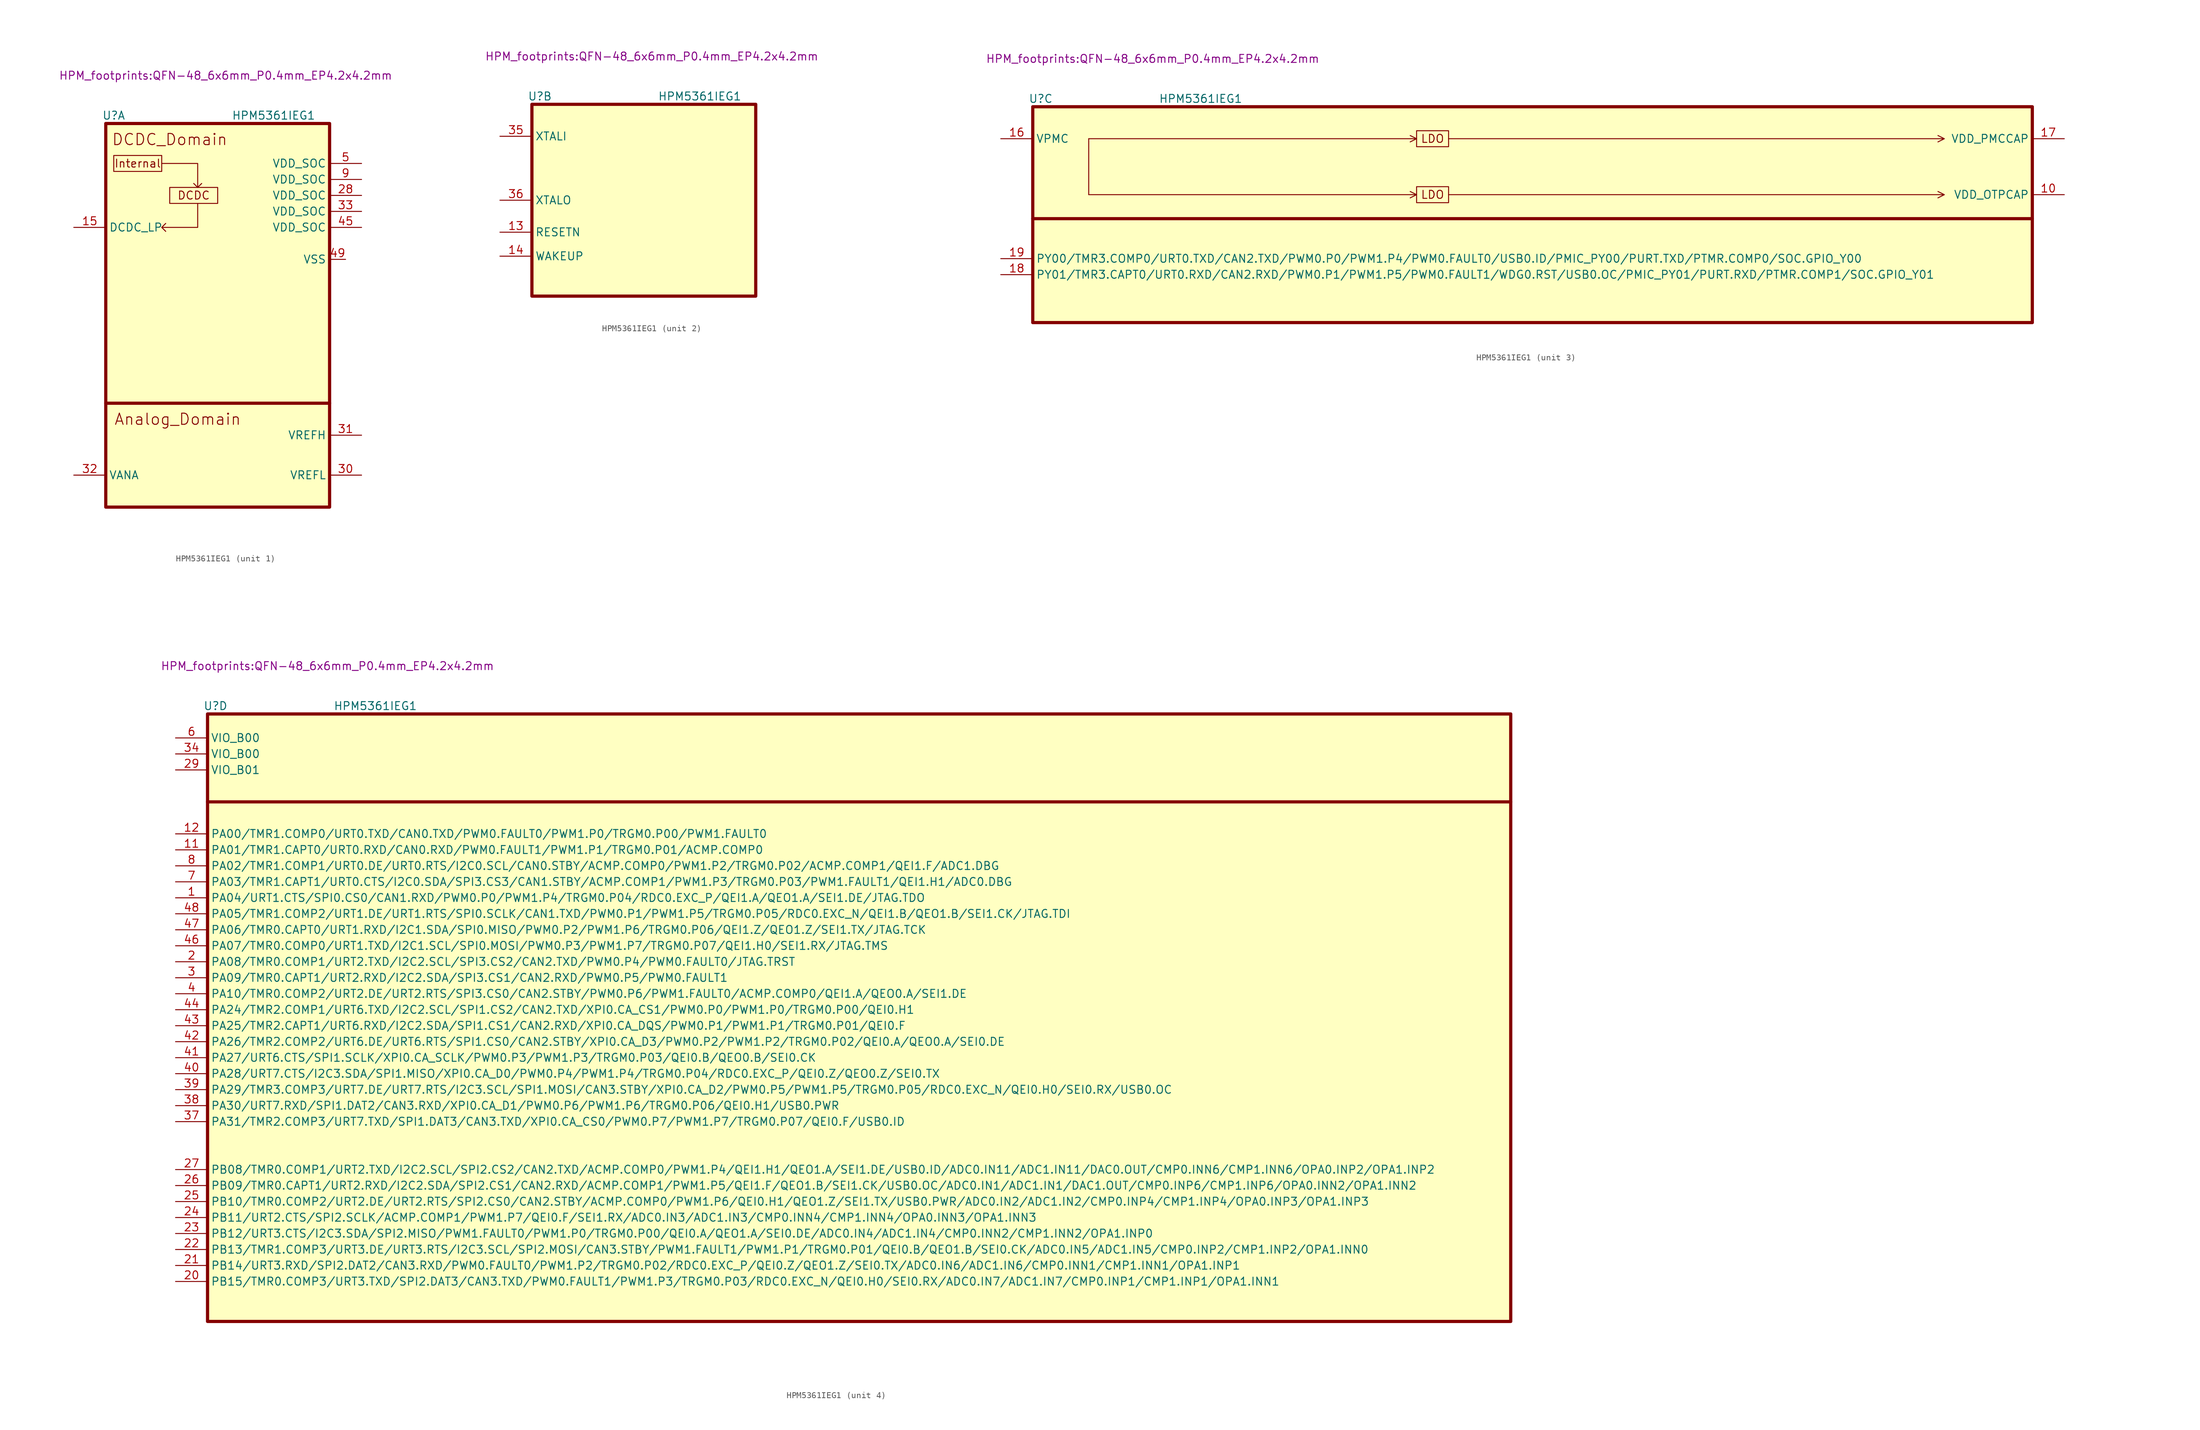
<source format=kicad_sym>
(kicad_symbol_lib
  (version 20220914)
  (generator kicad_symbol_editor)
  (symbol "HPM5361IEG1"
    (property "Reference" "U"
      (at 1.27 1.27 0)
      (effects (font (size 1.27 1.27))))
    (property "Value" "HPM5361IEG1"
      (at 26.67 1.27 0)
      (effects (font (size 1.27 1.27))))
    (property "Footprint" "HPM_footprints:QFN-48_6x6mm_P0.4mm_EP4.2x4.2mm"
      (at 19.05 7.62 0)
      (effects (font (size 1.27 1.27))))
    (property "ki_locked" ""
      (at 0 0 0)
      (effects (font (size 1.27 1.27))))
    (symbol "HPM5361IEG1_1_0"
      (pin power_in line (at 38.1 -21.59 180) (length 2.54) (name "VSS" (effects (font (size 1.27 1.27)))) (number "49" (effects (font (size 1.27 1.27))))))
    (symbol "HPM5361IEG1_1_1"
      (polyline (pts (xy 0 -44.45) (xy 35.56 -44.45)) (stroke (width 0.508) (type default)) (fill (type none)))
      (polyline (pts (xy 8.89 -6.35) (xy 14.605 -6.35) (xy 14.605 -10.16) (xy 13.97 -9.525) (xy 14.605 -10.16) (xy 15.24 -9.525)) (stroke (width 0) (type default)) (fill (type none)))
      (polyline (pts (xy 14.605 -12.7) (xy 14.605 -16.51) (xy 8.89 -16.51) (xy 9.525 -15.875) (xy 8.89 -16.51) (xy 9.525 -17.145)) (stroke (width 0) (type default)) (fill (type none)))
      (rectangle (start 0 0) (end 35.56 -60.96) (stroke (width 0.508) (type default)) (fill (type background)))
      (rectangle (start 1.27 -5.08) (end 8.89 -7.62) (stroke (width 0) (type default)) (fill (type none)))
      (rectangle (start 10.16 -10.16) (end 17.78 -12.7) (stroke (width 0) (type default)) (fill (type none)))
      (text "Analog_Domain" (at 11.43 -46.99 0) (effects (font (size 1.778 1.778))))
      (text "DCDC" (at 13.97 -11.43 0) (effects (font (size 1.27 1.27))))
      (text "DCDC_Domain" (at 10.16 -2.54 0) (effects (font (size 1.778 1.778))))
      (text "Internal" (at 5.08 -6.35 0) (effects (font (size 1.27 1.27))))
      (pin power_in line (at -5.08 -16.51 0) (length 5.08) (name "DCDC_LP" (effects (font (size 1.27 1.27)))) (number "15" (effects (font (size 1.27 1.27)))))
      (pin power_in line (at 40.64 -11.43 180) (length 5.08) (name "VDD_SOC" (effects (font (size 1.27 1.27)))) (number "28" (effects (font (size 1.27 1.27)))))
      (pin power_in line (at 40.64 -55.88 180) (length 5.08) (name "VREFL" (effects (font (size 1.27 1.27)))) (number "30" (effects (font (size 1.27 1.27)))))
      (pin power_in line (at 40.64 -49.53 180) (length 5.08) (name "VREFH" (effects (font (size 1.27 1.27)))) (number "31" (effects (font (size 1.27 1.27)))))
      (pin power_in line (at -5.08 -55.88 0) (length 5.08) (name "VANA" (effects (font (size 1.27 1.27)))) (number "32" (effects (font (size 1.27 1.27)))))
      (pin power_in line (at 40.64 -13.97 180) (length 5.08) (name "VDD_SOC" (effects (font (size 1.27 1.27)))) (number "33" (effects (font (size 1.27 1.27)))))
      (pin power_in line (at 40.64 -16.51 180) (length 5.08) (name "VDD_SOC" (effects (font (size 1.27 1.27)))) (number "45" (effects (font (size 1.27 1.27)))))
      (pin power_in line (at 40.64 -6.35 180) (length 5.08) (name "VDD_SOC" (effects (font (size 1.27 1.27)))) (number "5" (effects (font (size 1.27 1.27)))))
      (pin power_in line (at 40.64 -8.89 180) (length 5.08) (name "VDD_SOC" (effects (font (size 1.27 1.27)))) (number "9" (effects (font (size 1.27 1.27))))))
    (symbol "HPM5361IEG1_2_1"
      (rectangle (start 0 0) (end 35.56 -30.48) (stroke (width 0.508) (type default)) (fill (type background)))
      (pin input line (at -5.08 -20.32 0) (length 5.08) (name "RESETN" (effects (font (size 1.27 1.27)))) (number "13" (effects (font (size 1.27 1.27)))))
      (pin input line (at -5.08 -24.13 0) (length 5.08) (name "WAKEUP" (effects (font (size 1.27 1.27)))) (number "14" (effects (font (size 1.27 1.27)))))
      (pin input line (at -5.08 -5.08 0) (length 5.08) (name "XTALI" (effects (font (size 1.27 1.27)))) (number "35" (effects (font (size 1.27 1.27)))))
      (pin output line (at -5.08 -15.24 0) (length 5.08) (name "XTALO" (effects (font (size 1.27 1.27)))) (number "36" (effects (font (size 1.27 1.27))))))
    (symbol "HPM5361IEG1_3_0"
      (polyline (pts (xy 8.89 -13.97) (xy 60.96 -13.97) (xy 59.944 -13.462) (xy 60.96 -13.97) (xy 59.944 -14.478)) (stroke (width 0) (type default)) (fill (type none)))
      (polyline (pts (xy 8.89 -5.08) (xy 60.96 -5.08) (xy 59.944 -4.572) (xy 60.96 -5.08) (xy 59.944 -5.588)) (stroke (width 0) (type default)) (fill (type none)))
      (polyline (pts (xy 66.04 -13.97) (xy 144.78 -13.97) (xy 143.764 -13.462) (xy 144.78 -13.97) (xy 143.764 -14.478)) (stroke (width 0) (type default)) (fill (type none)))
      (polyline (pts (xy 66.04 -5.08) (xy 144.78 -5.08) (xy 143.764 -4.572) (xy 144.78 -5.08) (xy 143.764 -5.588)) (stroke (width 0) (type default)) (fill (type none))))
    (symbol "HPM5361IEG1_3_1"
      (polyline (pts (xy 0 -17.78) (xy 158.75 -17.78)) (stroke (width 0.508) (type default)) (fill (type none)))
      (polyline (pts (xy 8.89 -12.7) (xy 8.89 -5.08) (xy 8.89 -13.97)) (stroke (width 0) (type default)) (fill (type none)))
      (rectangle (start 0 0) (end 158.75 -34.29) (stroke (width 0.508) (type default)) (fill (type background)))
      (rectangle (start 60.96 -12.7) (end 66.04 -15.24) (stroke (width 0) (type default)) (fill (type none)))
      (rectangle (start 60.96 -3.81) (end 66.04 -6.35) (stroke (width 0) (type default)) (fill (type none)))
      (text "LDO" (at 63.5 -13.97 0) (effects (font (size 1.27 1.27))))
      (text "LDO" (at 63.5 -5.08 0) (effects (font (size 1.27 1.27))))
      (pin power_out line (at 163.83 -13.97 180) (length 5.08) (name "VDD_OTPCAP" (effects (font (size 1.27 1.27)))) (number "10" (effects (font (size 1.27 1.27)))))
      (pin power_in line (at -5.08 -5.08 0) (length 5.08) (name "VPMC" (effects (font (size 1.27 1.27)))) (number "16" (effects (font (size 1.27 1.27)))))
      (pin power_out line (at 163.83 -5.08 180) (length 5.08) (name "VDD_PMCCAP" (effects (font (size 1.27 1.27)))) (number "17" (effects (font (size 1.27 1.27)))))
      (pin bidirectional line (at -5.08 -26.67 0) (length 5.08) (name "PY01/TMR3.CAPT0/URT0.RXD/CAN2.RXD/PWM0.P1/PWM1.P5/PWM0.FAULT1/WDG0.RST/USB0.OC/PMIC_PY01/PURT.RXD/PTMR.COMP1/SOC.GPIO_Y01" (effects (font (size 1.27 1.27)))) (number "18" (effects (font (size 1.27 1.27)))))
      (pin bidirectional line (at -5.08 -24.13 0) (length 5.08) (name "PY00/TMR3.COMP0/URT0.TXD/CAN2.TXD/PWM0.P0/PWM1.P4/PWM0.FAULT0/USB0.ID/PMIC_PY00/PURT.TXD/PTMR.COMP0/SOC.GPIO_Y00" (effects (font (size 1.27 1.27)))) (number "19" (effects (font (size 1.27 1.27))))))
    (symbol "HPM5361IEG1_4_1"
      (polyline (pts (xy 0 -13.97) (xy 207.01 -13.97)) (stroke (width 0.5) (type default)) (fill (type none)))
      (rectangle (start 0 0) (end 207.01 -96.52) (stroke (width 0.508) (type default)) (fill (type background)))
      (pin bidirectional line (at -5.08 -29.21 0) (length 5.08) (name "PA04/URT1.CTS/SPI0.CS0/CAN1.RXD/PWM0.P0/PWM1.P4/TRGM0.P04/RDC0.EXC_P/QEI1.A/QEO1.A/SEI1.DE/JTAG.TDO" (effects (font (size 1.27 1.27)))) (number "1" (effects (font (size 1.27 1.27)))))
      (pin bidirectional line (at -5.08 -21.59 0) (length 5.08) (name "PA01/TMR1.CAPT0/URT0.RXD/CAN0.RXD/PWM0.FAULT1/PWM1.P1/TRGM0.P01/ACMP.COMP0" (effects (font (size 1.27 1.27)))) (number "11" (effects (font (size 1.27 1.27)))))
      (pin bidirectional line (at -5.08 -19.05 0) (length 5.08) (name "PA00/TMR1.COMP0/URT0.TXD/CAN0.TXD/PWM0.FAULT0/PWM1.P0/TRGM0.P00/PWM1.FAULT0" (effects (font (size 1.27 1.27)))) (number "12" (effects (font (size 1.27 1.27)))))
      (pin bidirectional line (at -5.08 -39.37 0) (length 5.08) (name "PA08/TMR0.COMP1/URT2.TXD/I2C2.SCL/SPI3.CS2/CAN2.TXD/PWM0.P4/PWM0.FAULT0/JTAG.TRST" (effects (font (size 1.27 1.27)))) (number "2" (effects (font (size 1.27 1.27)))))
      (pin bidirectional line (at -5.08 -90.17 0) (length 5.08) (name "PB15/TMR0.COMP3/URT3.TXD/SPI2.DAT3/CAN3.TXD/PWM0.FAULT1/PWM1.P3/TRGM0.P03/RDC0.EXC_N/QEI0.H0/SEI0.RX/ADC0.IN7/ADC1.IN7/CMP0.INP1/CMP1.INP1/OPA1.INN1" (effects (font (size 1.27 1.27)))) (number "20" (effects (font (size 1.27 1.27)))))
      (pin bidirectional line (at -5.08 -87.63 0) (length 5.08) (name "PB14/URT3.RXD/SPI2.DAT2/CAN3.RXD/PWM0.FAULT0/PWM1.P2/TRGM0.P02/RDC0.EXC_P/QEI0.Z/QEO1.Z/SEI0.TX/ADC0.IN6/ADC1.IN6/CMP0.INN1/CMP1.INN1/OPA1.INP1" (effects (font (size 1.27 1.27)))) (number "21" (effects (font (size 1.27 1.27)))))
      (pin bidirectional line (at -5.08 -85.09 0) (length 5.08) (name "PB13/TMR1.COMP3/URT3.DE/URT3.RTS/I2C3.SCL/SPI2.MOSI/CAN3.STBY/PWM1.FAULT1/PWM1.P1/TRGM0.P01/QEI0.B/QEO1.B/SEI0.CK/ADC0.IN5/ADC1.IN5/CMP0.INP2/CMP1.INP2/OPA1.INN0" (effects (font (size 1.27 1.27)))) (number "22" (effects (font (size 1.27 1.27)))))
      (pin bidirectional line (at -5.08 -82.55 0) (length 5.08) (name "PB12/URT3.CTS/I2C3.SDA/SPI2.MISO/PWM1.FAULT0/PWM1.P0/TRGM0.P00/QEI0.A/QEO1.A/SEI0.DE/ADC0.IN4/ADC1.IN4/CMP0.INN2/CMP1.INN2/OPA1.INP0" (effects (font (size 1.27 1.27)))) (number "23" (effects (font (size 1.27 1.27)))))
      (pin bidirectional line (at -5.08 -80.01 0) (length 5.08) (name "PB11/URT2.CTS/SPI2.SCLK/ACMP.COMP1/PWM1.P7/QEI0.F/SEI1.RX/ADC0.IN3/ADC1.IN3/CMP0.INN4/CMP1.INN4/OPA0.INN3/OPA1.INN3" (effects (font (size 1.27 1.27)))) (number "24" (effects (font (size 1.27 1.27)))))
      (pin bidirectional line (at -5.08 -77.47 0) (length 5.08) (name "PB10/TMR0.COMP2/URT2.DE/URT2.RTS/SPI2.CS0/CAN2.STBY/ACMP.COMP0/PWM1.P6/QEI0.H1/QEO1.Z/SEI1.TX/USB0.PWR/ADC0.IN2/ADC1.IN2/CMP0.INP4/CMP1.INP4/OPA0.INP3/OPA1.INP3" (effects (font (size 1.27 1.27)))) (number "25" (effects (font (size 1.27 1.27)))))
      (pin bidirectional line (at -5.08 -74.93 0) (length 5.08) (name "PB09/TMR0.CAPT1/URT2.RXD/I2C2.SDA/SPI2.CS1/CAN2.RXD/ACMP.COMP1/PWM1.P5/QEI1.F/QEO1.B/SEI1.CK/USB0.OC/ADC0.IN1/ADC1.IN1/DAC1.OUT/CMP0.INP6/CMP1.INP6/OPA0.INN2/OPA1.INN2" (effects (font (size 1.27 1.27)))) (number "26" (effects (font (size 1.27 1.27)))))
      (pin bidirectional line (at -5.08 -72.39 0) (length 5.08) (name "PB08/TMR0.COMP1/URT2.TXD/I2C2.SCL/SPI2.CS2/CAN2.TXD/ACMP.COMP0/PWM1.P4/QEI1.H1/QEO1.A/SEI1.DE/USB0.ID/ADC0.IN11/ADC1.IN11/DAC0.OUT/CMP0.INN6/CMP1.INN6/OPA0.INP2/OPA1.INP2" (effects (font (size 1.27 1.27)))) (number "27" (effects (font (size 1.27 1.27)))))
      (pin power_in line (at -5.08 -8.89 0) (length 5.08) (name "VIO_B01" (effects (font (size 1.27 1.27)))) (number "29" (effects (font (size 1.27 1.27)))))
      (pin bidirectional line (at -5.08 -41.91 0) (length 5.08) (name "PA09/TMR0.CAPT1/URT2.RXD/I2C2.SDA/SPI3.CS1/CAN2.RXD/PWM0.P5/PWM0.FAULT1" (effects (font (size 1.27 1.27)))) (number "3" (effects (font (size 1.27 1.27)))))
      (pin power_in line (at -5.08 -6.35 0) (length 5.08) (name "VIO_B00" (effects (font (size 1.27 1.27)))) (number "34" (effects (font (size 1.27 1.27)))))
      (pin bidirectional line (at -5.08 -64.77 0) (length 5.08) (name "PA31/TMR2.COMP3/URT7.TXD/SPI1.DAT3/CAN3.TXD/XPI0.CA_CS0/PWM0.P7/PWM1.P7/TRGM0.P07/QEI0.F/USB0.ID" (effects (font (size 1.27 1.27)))) (number "37" (effects (font (size 1.27 1.27)))))
      (pin bidirectional line (at -5.08 -62.23 0) (length 5.08) (name "PA30/URT7.RXD/SPI1.DAT2/CAN3.RXD/XPI0.CA_D1/PWM0.P6/PWM1.P6/TRGM0.P06/QEI0.H1/USB0.PWR" (effects (font (size 1.27 1.27)))) (number "38" (effects (font (size 1.27 1.27)))))
      (pin bidirectional line (at -5.08 -59.69 0) (length 5.08) (name "PA29/TMR3.COMP3/URT7.DE/URT7.RTS/I2C3.SCL/SPI1.MOSI/CAN3.STBY/XPI0.CA_D2/PWM0.P5/PWM1.P5/TRGM0.P05/RDC0.EXC_N/QEI0.H0/SEI0.RX/USB0.OC" (effects (font (size 1.27 1.27)))) (number "39" (effects (font (size 1.27 1.27)))))
      (pin bidirectional line (at -5.08 -44.45 0) (length 5.08) (name "PA10/TMR0.COMP2/URT2.DE/URT2.RTS/SPI3.CS0/CAN2.STBY/PWM0.P6/PWM1.FAULT0/ACMP.COMP0/QEI1.A/QEO0.A/SEI1.DE" (effects (font (size 1.27 1.27)))) (number "4" (effects (font (size 1.27 1.27)))))
      (pin bidirectional line (at -5.08 -57.15 0) (length 5.08) (name "PA28/URT7.CTS/I2C3.SDA/SPI1.MISO/XPI0.CA_D0/PWM0.P4/PWM1.P4/TRGM0.P04/RDC0.EXC_P/QEI0.Z/QEO0.Z/SEI0.TX" (effects (font (size 1.27 1.27)))) (number "40" (effects (font (size 1.27 1.27)))))
      (pin bidirectional line (at -5.08 -54.61 0) (length 5.08) (name "PA27/URT6.CTS/SPI1.SCLK/XPI0.CA_SCLK/PWM0.P3/PWM1.P3/TRGM0.P03/QEI0.B/QEO0.B/SEI0.CK" (effects (font (size 1.27 1.27)))) (number "41" (effects (font (size 1.27 1.27)))))
      (pin bidirectional line (at -5.08 -52.07 0) (length 5.08) (name "PA26/TMR2.COMP2/URT6.DE/URT6.RTS/SPI1.CS0/CAN2.STBY/XPI0.CA_D3/PWM0.P2/PWM1.P2/TRGM0.P02/QEI0.A/QEO0.A/SEI0.DE" (effects (font (size 1.27 1.27)))) (number "42" (effects (font (size 1.27 1.27)))))
      (pin bidirectional line (at -5.08 -49.53 0) (length 5.08) (name "PA25/TMR2.CAPT1/URT6.RXD/I2C2.SDA/SPI1.CS1/CAN2.RXD/XPI0.CA_DQS/PWM0.P1/PWM1.P1/TRGM0.P01/QEI0.F" (effects (font (size 1.27 1.27)))) (number "43" (effects (font (size 1.27 1.27)))))
      (pin bidirectional line (at -5.08 -46.99 0) (length 5.08) (name "PA24/TMR2.COMP1/URT6.TXD/I2C2.SCL/SPI1.CS2/CAN2.TXD/XPI0.CA_CS1/PWM0.P0/PWM1.P0/TRGM0.P00/QEI0.H1" (effects (font (size 1.27 1.27)))) (number "44" (effects (font (size 1.27 1.27)))))
      (pin bidirectional line (at -5.08 -36.83 0) (length 5.08) (name "PA07/TMR0.COMP0/URT1.TXD/I2C1.SCL/SPI0.MOSI/PWM0.P3/PWM1.P7/TRGM0.P07/QEI1.H0/SEI1.RX/JTAG.TMS" (effects (font (size 1.27 1.27)))) (number "46" (effects (font (size 1.27 1.27)))))
      (pin bidirectional line (at -5.08 -34.29 0) (length 5.08) (name "PA06/TMR0.CAPT0/URT1.RXD/I2C1.SDA/SPI0.MISO/PWM0.P2/PWM1.P6/TRGM0.P06/QEI1.Z/QEO1.Z/SEI1.TX/JTAG.TCK" (effects (font (size 1.27 1.27)))) (number "47" (effects (font (size 1.27 1.27)))))
      (pin bidirectional line (at -5.08 -31.75 0) (length 5.08) (name "PA05/TMR1.COMP2/URT1.DE/URT1.RTS/SPI0.SCLK/CAN1.TXD/PWM0.P1/PWM1.P5/TRGM0.P05/RDC0.EXC_N/QEI1.B/QEO1.B/SEI1.CK/JTAG.TDI" (effects (font (size 1.27 1.27)))) (number "48" (effects (font (size 1.27 1.27)))))
      (pin power_in line (at -5.08 -3.81 0) (length 5.08) (name "VIO_B00" (effects (font (size 1.27 1.27)))) (number "6" (effects (font (size 1.27 1.27)))))
      (pin bidirectional line (at -5.08 -26.67 0) (length 5.08) (name "PA03/TMR1.CAPT1/URT0.CTS/I2C0.SDA/SPI3.CS3/CAN1.STBY/ACMP.COMP1/PWM1.P3/TRGM0.P03/PWM1.FAULT1/QEI1.H1/ADC0.DBG" (effects (font (size 1.27 1.27)))) (number "7" (effects (font (size 1.27 1.27)))))
      (pin bidirectional line (at -5.08 -24.13 0) (length 5.08) (name "PA02/TMR1.COMP1/URT0.DE/URT0.RTS/I2C0.SCL/CAN0.STBY/ACMP.COMP0/PWM1.P2/TRGM0.P02/ACMP.COMP1/QEI1.F/ADC1.DBG" (effects (font (size 1.27 1.27)))) (number "8" (effects (font (size 1.27 1.27))))))))
</source>
